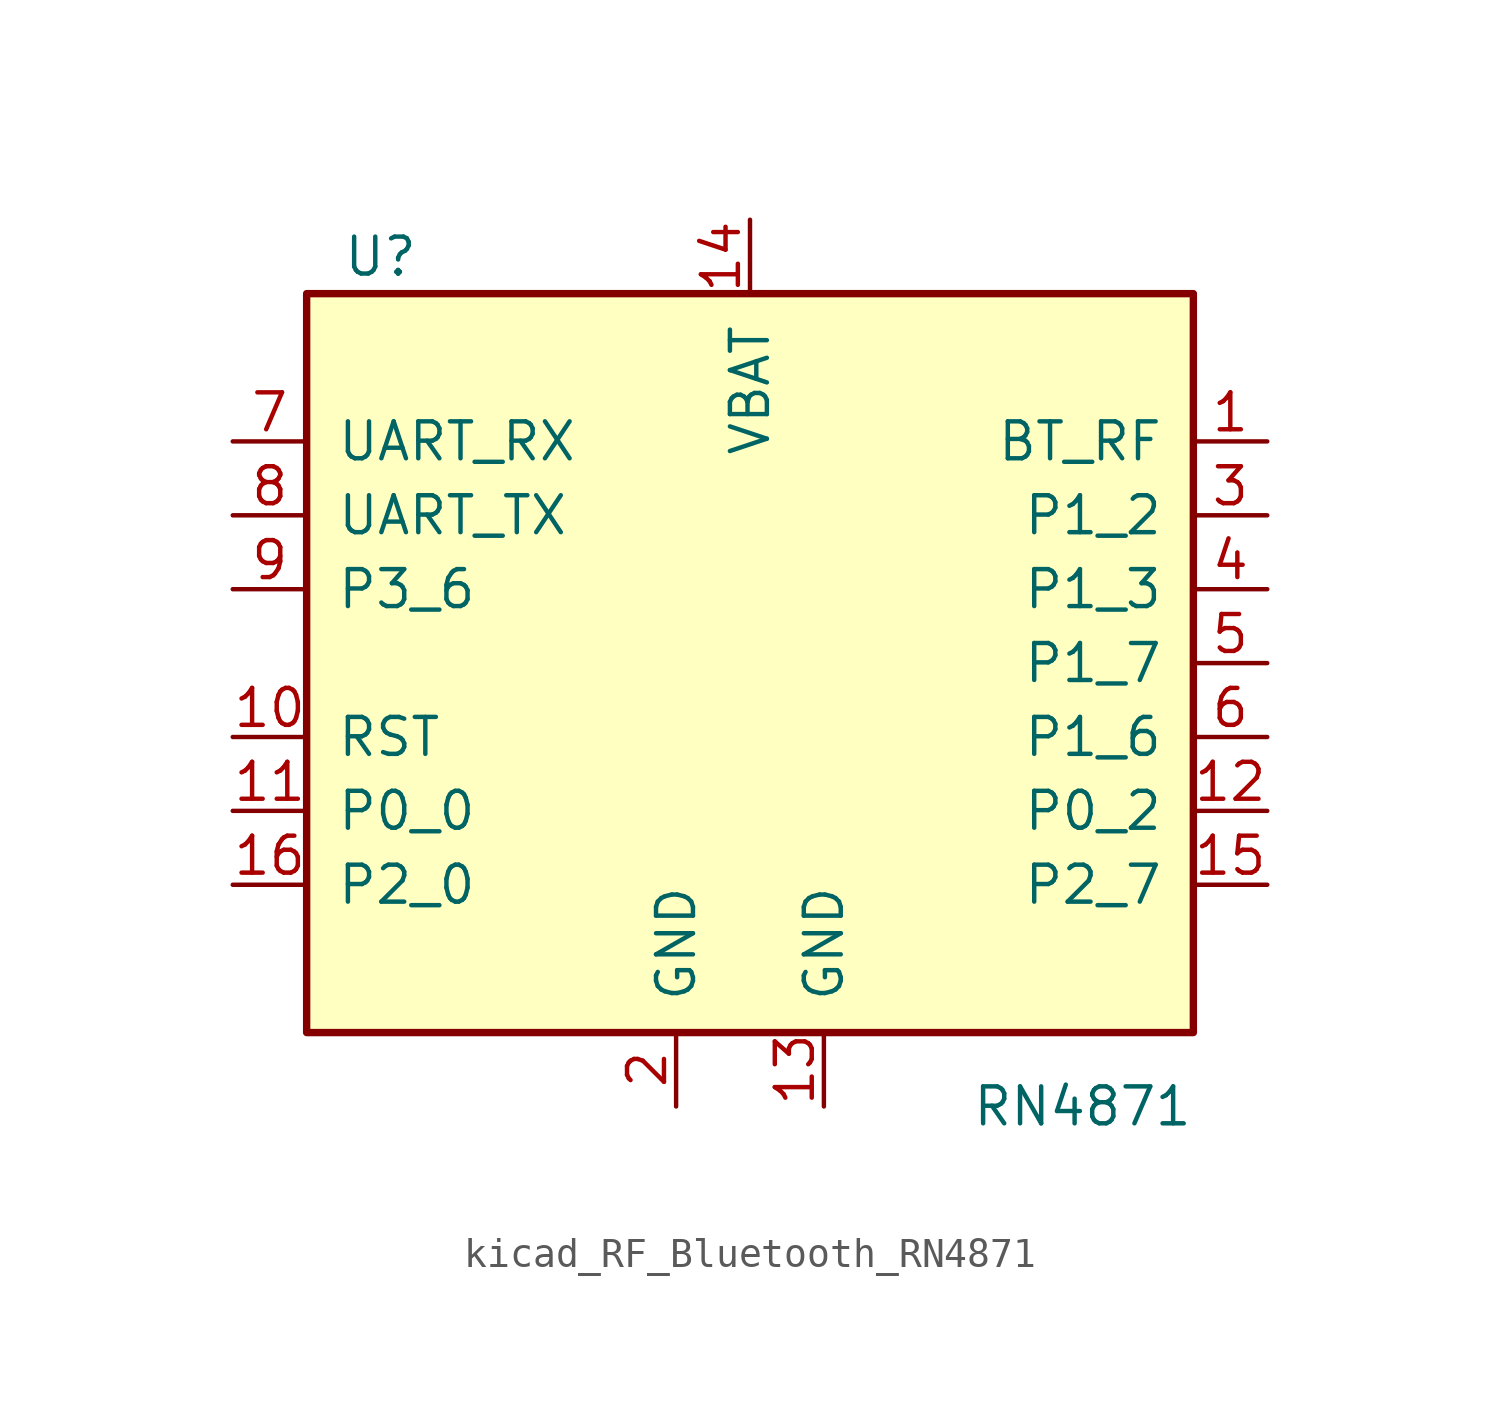
<source format=kicad_sym>
(kicad_symbol_lib
  (version 20220914)
  (generator kicad_symbol_editor)
  (symbol "kicad_RF_Bluetooth_RN4871"
    (pin_names
      (offset 1.016))
    (property "Reference" "U"
      (at -12.7 13.97 0)
      (effects (font (size 1.27 1.27))))
    (property "Value" "RN4871"
      (at 11.43 -15.24 0)
      (effects (font (size 1.27 1.27))))
    (symbol "kicad_RF_Bluetooth_RN4871_0_1"
      (rectangle (start -15.24 12.7) (end 15.24 -12.7) (stroke (width 0.254) (type default)) (fill (type background))))
    (symbol "kicad_RF_Bluetooth_RN4871_1_1"
      (pin output line (at 17.78 7.62 180) (length 2.54) (name "BT_RF" (effects (font (size 1.27 1.27)))) (number "1" (effects (font (size 1.27 1.27)))))
      (pin input line (at -17.78 -2.54 0) (length 2.54) (name "RST" (effects (font (size 1.27 1.27)))) (number "10" (effects (font (size 1.27 1.27)))))
      (pin bidirectional line (at -17.78 -5.08 0) (length 2.54) (name "P0_0" (effects (font (size 1.27 1.27)))) (number "11" (effects (font (size 1.27 1.27)))))
      (pin bidirectional line (at 17.78 -5.08 180) (length 2.54) (name "P0_2" (effects (font (size 1.27 1.27)))) (number "12" (effects (font (size 1.27 1.27)))))
      (pin power_in line (at 2.54 -15.24 90) (length 2.54) (name "GND" (effects (font (size 1.27 1.27)))) (number "13" (effects (font (size 1.27 1.27)))))
      (pin power_in line (at 0 15.24 270) (length 2.54) (name "VBAT" (effects (font (size 1.27 1.27)))) (number "14" (effects (font (size 1.27 1.27)))))
      (pin bidirectional line (at 17.78 -7.62 180) (length 2.54) (name "P2_7" (effects (font (size 1.27 1.27)))) (number "15" (effects (font (size 1.27 1.27)))))
      (pin input line (at -17.78 -7.62 0) (length 2.54) (name "P2_0" (effects (font (size 1.27 1.27)))) (number "16" (effects (font (size 1.27 1.27)))))
      (pin power_in line (at -2.54 -15.24 90) (length 2.54) (name "GND" (effects (font (size 1.27 1.27)))) (number "2" (effects (font (size 1.27 1.27)))))
      (pin bidirectional line (at 17.78 5.08 180) (length 2.54) (name "P1_2" (effects (font (size 1.27 1.27)))) (number "3" (effects (font (size 1.27 1.27)))))
      (pin bidirectional line (at 17.78 2.54 180) (length 2.54) (name "P1_3" (effects (font (size 1.27 1.27)))) (number "4" (effects (font (size 1.27 1.27)))))
      (pin bidirectional line (at 17.78 0 180) (length 2.54) (name "P1_7" (effects (font (size 1.27 1.27)))) (number "5" (effects (font (size 1.27 1.27)))))
      (pin bidirectional line (at 17.78 -2.54 180) (length 2.54) (name "P1_6" (effects (font (size 1.27 1.27)))) (number "6" (effects (font (size 1.27 1.27)))))
      (pin input line (at -17.78 7.62 0) (length 2.54) (name "UART_RX" (effects (font (size 1.27 1.27)))) (number "7" (effects (font (size 1.27 1.27)))))
      (pin output line (at -17.78 5.08 0) (length 2.54) (name "UART_TX" (effects (font (size 1.27 1.27)))) (number "8" (effects (font (size 1.27 1.27)))))
      (pin bidirectional line (at -17.78 2.54 0) (length 2.54) (name "P3_6" (effects (font (size 1.27 1.27)))) (number "9" (effects (font (size 1.27 1.27))))))))
</source>
